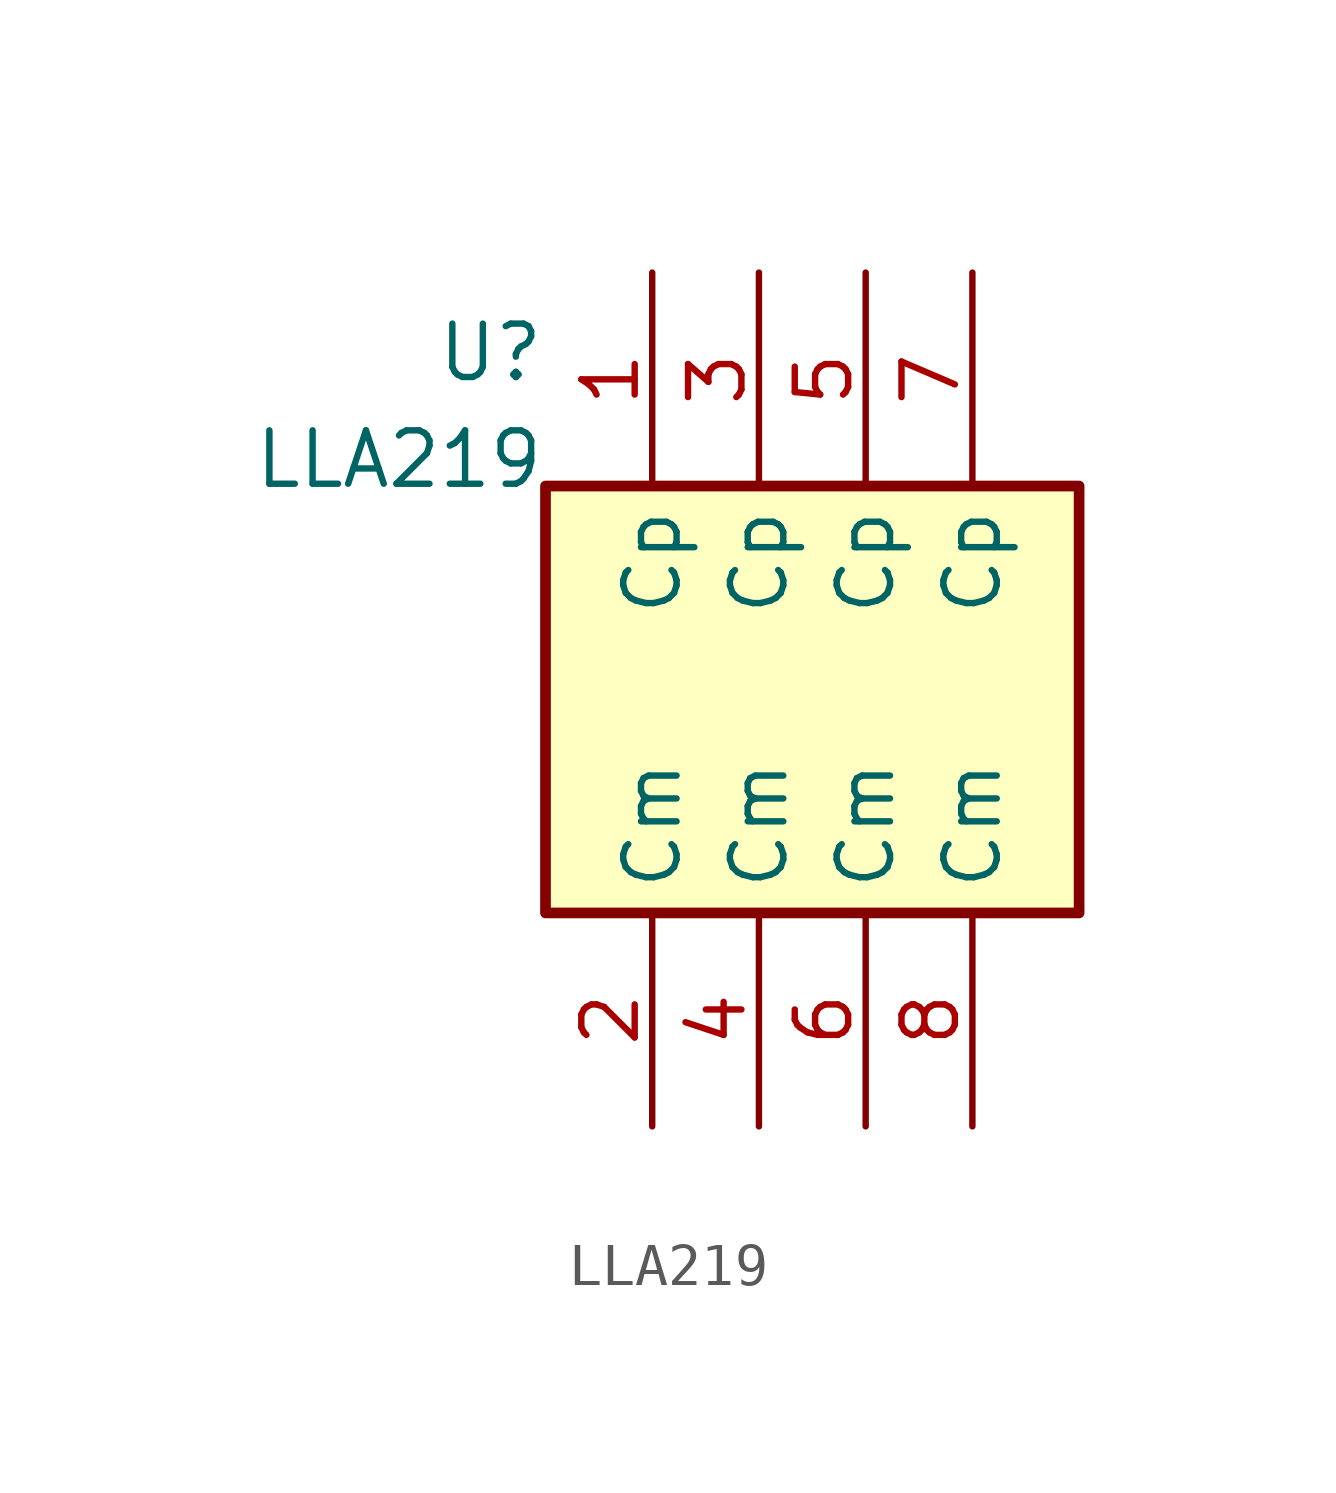
<source format=kicad_sym>
(kicad_symbol_lib
  (version 20241209)
  (generator "kicad_symbol_editor")
  (generator_version "8.0")
  (symbol "LLA219"
    (property "Reference" "U"
      (at -6.35 8.255 0)
      (effects (font (size 1.27 1.27)) (justify right) (hide no)))
    (property "Value" "LLA219"
      (at -6.35 5.715 0)
      (effects (font (size 1.27 1.27)) (justify right) (hide no)))
    (symbol "LLA219_1_1"
      (rectangle (start -6.35 -5.08) (end 6.35 5.08) (stroke (width 0.254) (type solid)) (fill (type background)))
      (pin passive line (at -3.81 10.16 270) (length 5.08) (name "Cp" (effects (font (size 1.27 1.27)))) (number "1" (effects (font (size 1.27 1.27)))))
      (pin passive line (at -1.27 10.16 270) (length 5.08) (name "Cp" (effects (font (size 1.27 1.27)))) (number "3" (effects (font (size 1.27 1.27)))))
      (pin passive line (at 1.27 10.16 270) (length 5.08) (name "Cp" (effects (font (size 1.27 1.27)))) (number "5" (effects (font (size 1.27 1.27)))))
      (pin passive line (at 3.81 10.16 270) (length 5.08) (name "Cp" (effects (font (size 1.27 1.27)))) (number "7" (effects (font (size 1.27 1.27)))))
      (pin passive line (at -3.81 -10.16 90) (length 5.08) (name "Cm" (effects (font (size 1.27 1.27)))) (number "2" (effects (font (size 1.27 1.27)))))
      (pin passive line (at -1.27 -10.16 90) (length 5.08) (name "Cm" (effects (font (size 1.27 1.27)))) (number "4" (effects (font (size 1.27 1.27)))))
      (pin passive line (at 1.27 -10.16 90) (length 5.08) (name "Cm" (effects (font (size 1.27 1.27)))) (number "6" (effects (font (size 1.27 1.27)))))
      (pin passive line (at 3.81 -10.16 90) (length 5.08) (name "Cm" (effects (font (size 1.27 1.27)))) (number "8" (effects (font (size 1.27 1.27))))))))
</source>
